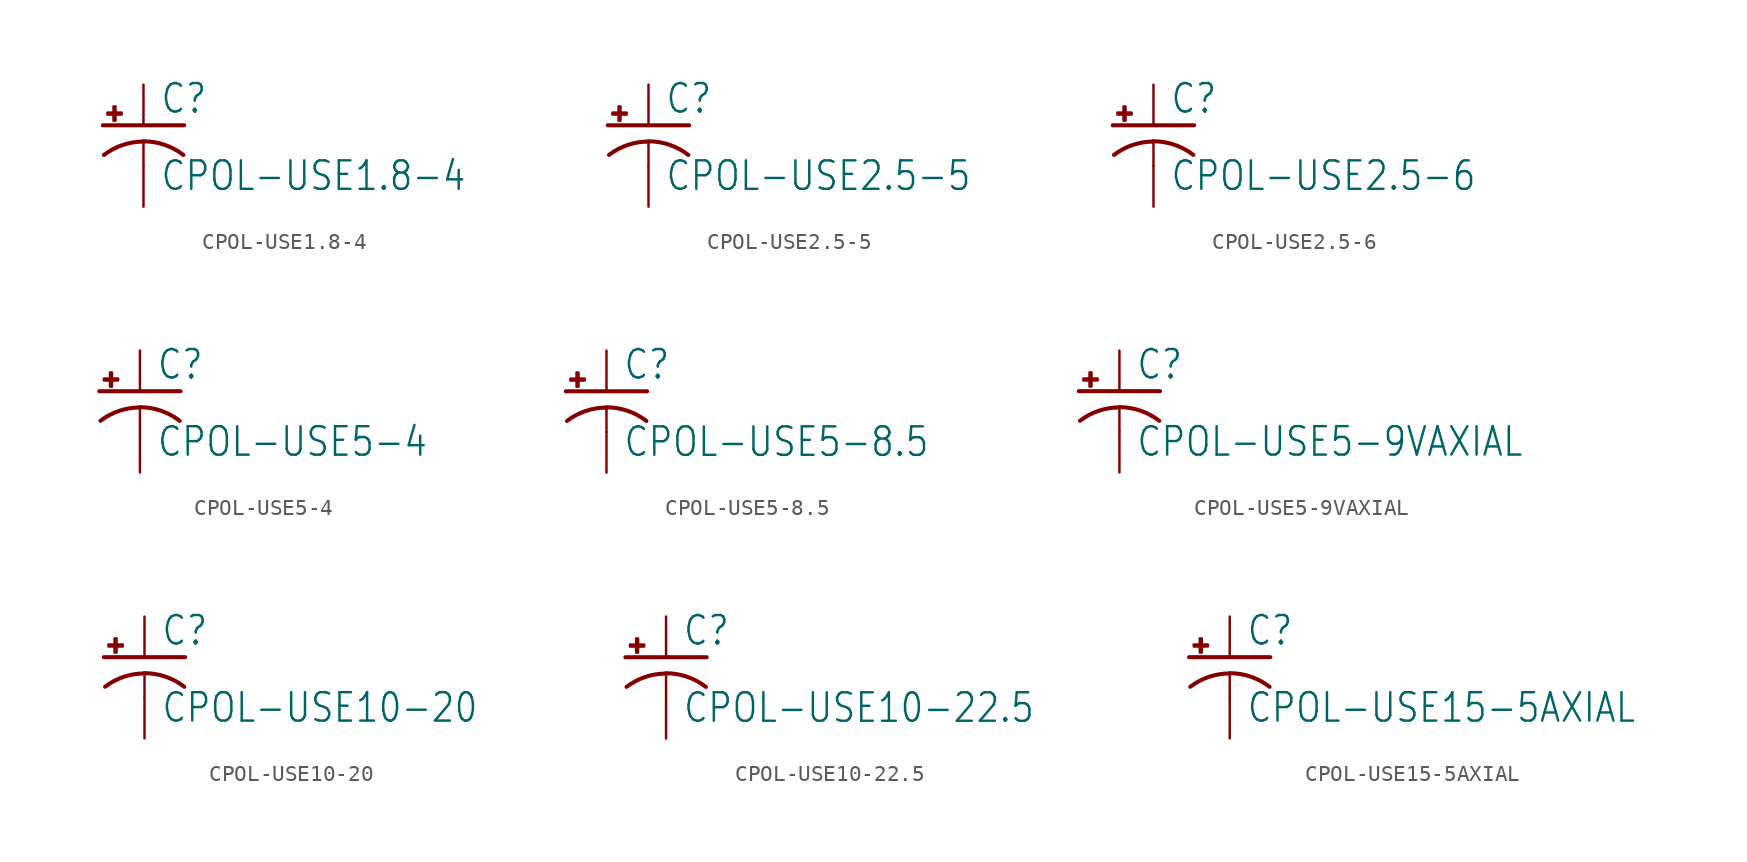
<source format=kicad_sym>
(kicad_symbol_lib
  (version 20211014)
  (generator kicad_symbol_editor)
  (symbol "CPOL-USE1.8-4"
    (property "Reference" "C"
      (at 1.016 0.635 0)
      (effects (font (size 1.778 1.511)) (justify left bottom)))
    (property "Value" "CPOL-USE1.8-4"
      (at 1.016 -4.191 0)
      (effects (font (size 1.778 1.511)) (justify left bottom)))
    (property "ki_locked" ""
      (at 0 0 0)
      (effects (font (size 1.27 1.27))))
    (symbol "CPOL-USE1.8-4_1_0"
      (rectangle (start -2.253 0.668) (end -1.364 0.795) (stroke (width 0) (type default) (color 0 0 0 0)) (fill (type outline)))
      (rectangle (start -1.872 0.287) (end -1.745 1.176) (stroke (width 0) (type default) (color 0 0 0 0)) (fill (type outline)))
      (arc (start 0 -1.0161) (mid -1.3021 -1.2302) (end -2.4669 -1.8504) (stroke (width 0.254) (type default) (color 0 0 0 0)) (fill (type none)))
      (polyline (pts (xy -2.54 0) (xy 2.54 0)) (stroke (width 0.254) (type default) (color 0 0 0 0)) (fill (type none)))
      (polyline (pts (xy 0 -1.016) (xy 0 -2.54)) (stroke (width 0.152) (type default) (color 0 0 0 0)) (fill (type none)))
      (arc (start 2.4892 -1.8542) (mid 1.3158 -1.2195) (end 0 -1) (stroke (width 0.254) (type default) (color 0 0 0 0)) (fill (type none)))
      (pin passive line (at 0 2.54 270) (length 2.54) (name "+" (effects (font (size 0 0)))) (number "+" (effects (font (size 0 0)))))
      (pin passive line (at 0 -5.08 90) (length 2.54) (name "-" (effects (font (size 0 0)))) (number "-" (effects (font (size 0 0)))))))
  (symbol "CPOL-USE2.5-5"
    (property "Reference" "C"
      (at 1.016 0.635 0)
      (effects (font (size 1.778 1.511)) (justify left bottom)))
    (property "Value" "CPOL-USE2.5-5"
      (at 1.016 -4.191 0)
      (effects (font (size 1.778 1.511)) (justify left bottom)))
    (property "ki_locked" ""
      (at 0 0 0)
      (effects (font (size 1.27 1.27))))
    (symbol "CPOL-USE2.5-5_1_0"
      (rectangle (start -2.253 0.668) (end -1.364 0.795) (stroke (width 0) (type default) (color 0 0 0 0)) (fill (type outline)))
      (rectangle (start -1.872 0.287) (end -1.745 1.176) (stroke (width 0) (type default) (color 0 0 0 0)) (fill (type outline)))
      (arc (start 0 -1.0161) (mid -1.3021 -1.2302) (end -2.4669 -1.8504) (stroke (width 0.254) (type default) (color 0 0 0 0)) (fill (type none)))
      (polyline (pts (xy -2.54 0) (xy 2.54 0)) (stroke (width 0.254) (type default) (color 0 0 0 0)) (fill (type none)))
      (polyline (pts (xy 0 -1.016) (xy 0 -2.54)) (stroke (width 0.152) (type default) (color 0 0 0 0)) (fill (type none)))
      (arc (start 2.4892 -1.8542) (mid 1.3158 -1.2195) (end 0 -1) (stroke (width 0.254) (type default) (color 0 0 0 0)) (fill (type none)))
      (pin passive line (at 0 2.54 270) (length 2.54) (name "+" (effects (font (size 0 0)))) (number "+" (effects (font (size 0 0)))))
      (pin passive line (at 0 -5.08 90) (length 2.54) (name "-" (effects (font (size 0 0)))) (number "-" (effects (font (size 0 0)))))))
  (symbol "CPOL-USE2.5-6"
    (property "Reference" "C"
      (at 1.016 0.635 0)
      (effects (font (size 1.778 1.511)) (justify left bottom)))
    (property "Value" "CPOL-USE2.5-6"
      (at 1.016 -4.191 0)
      (effects (font (size 1.778 1.511)) (justify left bottom)))
    (property "ki_locked" ""
      (at 0 0 0)
      (effects (font (size 1.27 1.27))))
    (symbol "CPOL-USE2.5-6_1_0"
      (rectangle (start -2.253 0.668) (end -1.364 0.795) (stroke (width 0) (type default) (color 0 0 0 0)) (fill (type outline)))
      (rectangle (start -1.872 0.287) (end -1.745 1.176) (stroke (width 0) (type default) (color 0 0 0 0)) (fill (type outline)))
      (arc (start 0 -1.0161) (mid -1.3021 -1.2302) (end -2.4669 -1.8504) (stroke (width 0.254) (type default) (color 0 0 0 0)) (fill (type none)))
      (polyline (pts (xy -2.54 0) (xy 2.54 0)) (stroke (width 0.254) (type default) (color 0 0 0 0)) (fill (type none)))
      (polyline (pts (xy 0 -1.016) (xy 0 -2.54)) (stroke (width 0.152) (type default) (color 0 0 0 0)) (fill (type none)))
      (arc (start 2.4892 -1.8542) (mid 1.3158 -1.2195) (end 0 -1) (stroke (width 0.254) (type default) (color 0 0 0 0)) (fill (type none)))
      (pin passive line (at 0 2.54 270) (length 2.54) (name "+" (effects (font (size 0 0)))) (number "+" (effects (font (size 0 0)))))
      (pin passive line (at 0 -5.08 90) (length 2.54) (name "-" (effects (font (size 0 0)))) (number "-" (effects (font (size 0 0)))))))
  (symbol "CPOL-USE5-4"
    (property "Reference" "C"
      (at 1.016 0.635 0)
      (effects (font (size 1.778 1.511)) (justify left bottom)))
    (property "Value" "CPOL-USE5-4"
      (at 1.016 -4.191 0)
      (effects (font (size 1.778 1.511)) (justify left bottom)))
    (property "ki_locked" ""
      (at 0 0 0)
      (effects (font (size 1.27 1.27))))
    (symbol "CPOL-USE5-4_1_0"
      (rectangle (start -2.253 0.668) (end -1.364 0.795) (stroke (width 0) (type default) (color 0 0 0 0)) (fill (type outline)))
      (rectangle (start -1.872 0.287) (end -1.745 1.176) (stroke (width 0) (type default) (color 0 0 0 0)) (fill (type outline)))
      (arc (start 0 -1.0161) (mid -1.3021 -1.2302) (end -2.4669 -1.8504) (stroke (width 0.254) (type default) (color 0 0 0 0)) (fill (type none)))
      (polyline (pts (xy -2.54 0) (xy 2.54 0)) (stroke (width 0.254) (type default) (color 0 0 0 0)) (fill (type none)))
      (polyline (pts (xy 0 -1.016) (xy 0 -2.54)) (stroke (width 0.152) (type default) (color 0 0 0 0)) (fill (type none)))
      (arc (start 2.4892 -1.8542) (mid 1.3158 -1.2195) (end 0 -1) (stroke (width 0.254) (type default) (color 0 0 0 0)) (fill (type none)))
      (pin passive line (at 0 2.54 270) (length 2.54) (name "+" (effects (font (size 0 0)))) (number "+" (effects (font (size 0 0)))))
      (pin passive line (at 0 -5.08 90) (length 2.54) (name "-" (effects (font (size 0 0)))) (number "-" (effects (font (size 0 0)))))))
  (symbol "CPOL-USE5-8.5"
    (property "Reference" "C"
      (at 1.016 0.635 0)
      (effects (font (size 1.778 1.511)) (justify left bottom)))
    (property "Value" "CPOL-USE5-8.5"
      (at 1.016 -4.191 0)
      (effects (font (size 1.778 1.511)) (justify left bottom)))
    (property "ki_locked" ""
      (at 0 0 0)
      (effects (font (size 1.27 1.27))))
    (symbol "CPOL-USE5-8.5_1_0"
      (rectangle (start -2.253 0.668) (end -1.364 0.795) (stroke (width 0) (type default) (color 0 0 0 0)) (fill (type outline)))
      (rectangle (start -1.872 0.287) (end -1.745 1.176) (stroke (width 0) (type default) (color 0 0 0 0)) (fill (type outline)))
      (arc (start 0 -1.0161) (mid -1.3021 -1.2302) (end -2.4669 -1.8504) (stroke (width 0.254) (type default) (color 0 0 0 0)) (fill (type none)))
      (polyline (pts (xy -2.54 0) (xy 2.54 0)) (stroke (width 0.254) (type default) (color 0 0 0 0)) (fill (type none)))
      (polyline (pts (xy 0 -1.016) (xy 0 -2.54)) (stroke (width 0.152) (type default) (color 0 0 0 0)) (fill (type none)))
      (arc (start 2.4892 -1.8542) (mid 1.3158 -1.2195) (end 0 -1) (stroke (width 0.254) (type default) (color 0 0 0 0)) (fill (type none)))
      (pin passive line (at 0 2.54 270) (length 2.54) (name "+" (effects (font (size 0 0)))) (number "+" (effects (font (size 0 0)))))
      (pin passive line (at 0 -5.08 90) (length 2.54) (name "-" (effects (font (size 0 0)))) (number "-" (effects (font (size 0 0)))))))
  (symbol "CPOL-USE5-9VAXIAL"
    (property "Reference" "C"
      (at 1.016 0.635 0)
      (effects (font (size 1.778 1.511)) (justify left bottom)))
    (property "Value" "CPOL-USE5-9VAXIAL"
      (at 1.016 -4.191 0)
      (effects (font (size 1.778 1.511)) (justify left bottom)))
    (property "ki_locked" ""
      (at 0 0 0)
      (effects (font (size 1.27 1.27))))
    (symbol "CPOL-USE5-9VAXIAL_1_0"
      (rectangle (start -2.253 0.668) (end -1.364 0.795) (stroke (width 0) (type default) (color 0 0 0 0)) (fill (type outline)))
      (rectangle (start -1.872 0.287) (end -1.745 1.176) (stroke (width 0) (type default) (color 0 0 0 0)) (fill (type outline)))
      (arc (start 0 -1.0161) (mid -1.3021 -1.2302) (end -2.4669 -1.8504) (stroke (width 0.254) (type default) (color 0 0 0 0)) (fill (type none)))
      (polyline (pts (xy -2.54 0) (xy 2.54 0)) (stroke (width 0.254) (type default) (color 0 0 0 0)) (fill (type none)))
      (polyline (pts (xy 0 -1.016) (xy 0 -2.54)) (stroke (width 0.152) (type default) (color 0 0 0 0)) (fill (type none)))
      (arc (start 2.4892 -1.8542) (mid 1.3158 -1.2195) (end 0 -1) (stroke (width 0.254) (type default) (color 0 0 0 0)) (fill (type none)))
      (pin passive line (at 0 2.54 270) (length 2.54) (name "+" (effects (font (size 0 0)))) (number "+" (effects (font (size 0 0)))))
      (pin passive line (at 0 -5.08 90) (length 2.54) (name "-" (effects (font (size 0 0)))) (number "-" (effects (font (size 0 0)))))))
  (symbol "CPOL-USE10-20"
    (property "Reference" "C"
      (at 1.016 0.635 0)
      (effects (font (size 1.778 1.511)) (justify left bottom)))
    (property "Value" "CPOL-USE10-20"
      (at 1.016 -4.191 0)
      (effects (font (size 1.778 1.511)) (justify left bottom)))
    (property "ki_locked" ""
      (at 0 0 0)
      (effects (font (size 1.27 1.27))))
    (symbol "CPOL-USE10-20_1_0"
      (rectangle (start -2.253 0.668) (end -1.364 0.795) (stroke (width 0) (type default) (color 0 0 0 0)) (fill (type outline)))
      (rectangle (start -1.872 0.287) (end -1.745 1.176) (stroke (width 0) (type default) (color 0 0 0 0)) (fill (type outline)))
      (arc (start 0 -1.0161) (mid -1.3021 -1.2302) (end -2.4669 -1.8504) (stroke (width 0.254) (type default) (color 0 0 0 0)) (fill (type none)))
      (polyline (pts (xy -2.54 0) (xy 2.54 0)) (stroke (width 0.254) (type default) (color 0 0 0 0)) (fill (type none)))
      (polyline (pts (xy 0 -1.016) (xy 0 -2.54)) (stroke (width 0.152) (type default) (color 0 0 0 0)) (fill (type none)))
      (arc (start 2.4892 -1.8542) (mid 1.3158 -1.2195) (end 0 -1) (stroke (width 0.254) (type default) (color 0 0 0 0)) (fill (type none)))
      (pin passive line (at 0 2.54 270) (length 2.54) (name "+" (effects (font (size 0 0)))) (number "+" (effects (font (size 0 0)))))
      (pin passive line (at 0 -5.08 90) (length 2.54) (name "-" (effects (font (size 0 0)))) (number "-" (effects (font (size 0 0)))))))
  (symbol "CPOL-USE10-22.5"
    (property "Reference" "C"
      (at 1.016 0.635 0)
      (effects (font (size 1.778 1.511)) (justify left bottom)))
    (property "Value" "CPOL-USE10-22.5"
      (at 1.016 -4.191 0)
      (effects (font (size 1.778 1.511)) (justify left bottom)))
    (property "ki_locked" ""
      (at 0 0 0)
      (effects (font (size 1.27 1.27))))
    (symbol "CPOL-USE10-22.5_1_0"
      (rectangle (start -2.253 0.668) (end -1.364 0.795) (stroke (width 0) (type default) (color 0 0 0 0)) (fill (type outline)))
      (rectangle (start -1.872 0.287) (end -1.745 1.176) (stroke (width 0) (type default) (color 0 0 0 0)) (fill (type outline)))
      (arc (start 0 -1.0161) (mid -1.3021 -1.2302) (end -2.4669 -1.8504) (stroke (width 0.254) (type default) (color 0 0 0 0)) (fill (type none)))
      (polyline (pts (xy -2.54 0) (xy 2.54 0)) (stroke (width 0.254) (type default) (color 0 0 0 0)) (fill (type none)))
      (polyline (pts (xy 0 -1.016) (xy 0 -2.54)) (stroke (width 0.152) (type default) (color 0 0 0 0)) (fill (type none)))
      (arc (start 2.4892 -1.8542) (mid 1.3158 -1.2195) (end 0 -1) (stroke (width 0.254) (type default) (color 0 0 0 0)) (fill (type none)))
      (pin passive line (at 0 2.54 270) (length 2.54) (name "+" (effects (font (size 0 0)))) (number "+" (effects (font (size 0 0)))))
      (pin passive line (at 0 -5.08 90) (length 2.54) (name "-" (effects (font (size 0 0)))) (number "-" (effects (font (size 0 0)))))))
  (symbol "CPOL-USE15-5AXIAL"
    (property "Reference" "C"
      (at 1.016 0.635 0)
      (effects (font (size 1.778 1.511)) (justify left bottom)))
    (property "Value" "CPOL-USE15-5AXIAL"
      (at 1.016 -4.191 0)
      (effects (font (size 1.778 1.511)) (justify left bottom)))
    (property "ki_locked" ""
      (at 0 0 0)
      (effects (font (size 1.27 1.27))))
    (symbol "CPOL-USE15-5AXIAL_1_0"
      (rectangle (start -2.253 0.668) (end -1.364 0.795) (stroke (width 0) (type default) (color 0 0 0 0)) (fill (type outline)))
      (rectangle (start -1.872 0.287) (end -1.745 1.176) (stroke (width 0) (type default) (color 0 0 0 0)) (fill (type outline)))
      (arc (start 0 -1.0161) (mid -1.3021 -1.2302) (end -2.4669 -1.8504) (stroke (width 0.254) (type default) (color 0 0 0 0)) (fill (type none)))
      (polyline (pts (xy -2.54 0) (xy 2.54 0)) (stroke (width 0.254) (type default) (color 0 0 0 0)) (fill (type none)))
      (polyline (pts (xy 0 -1.016) (xy 0 -2.54)) (stroke (width 0.152) (type default) (color 0 0 0 0)) (fill (type none)))
      (arc (start 2.4892 -1.8542) (mid 1.3158 -1.2195) (end 0 -1) (stroke (width 0.254) (type default) (color 0 0 0 0)) (fill (type none)))
      (pin passive line (at 0 2.54 270) (length 2.54) (name "+" (effects (font (size 0 0)))) (number "+" (effects (font (size 0 0)))))
      (pin passive line (at 0 -5.08 90) (length 2.54) (name "-" (effects (font (size 0 0)))) (number "-" (effects (font (size 0 0))))))))
</source>
